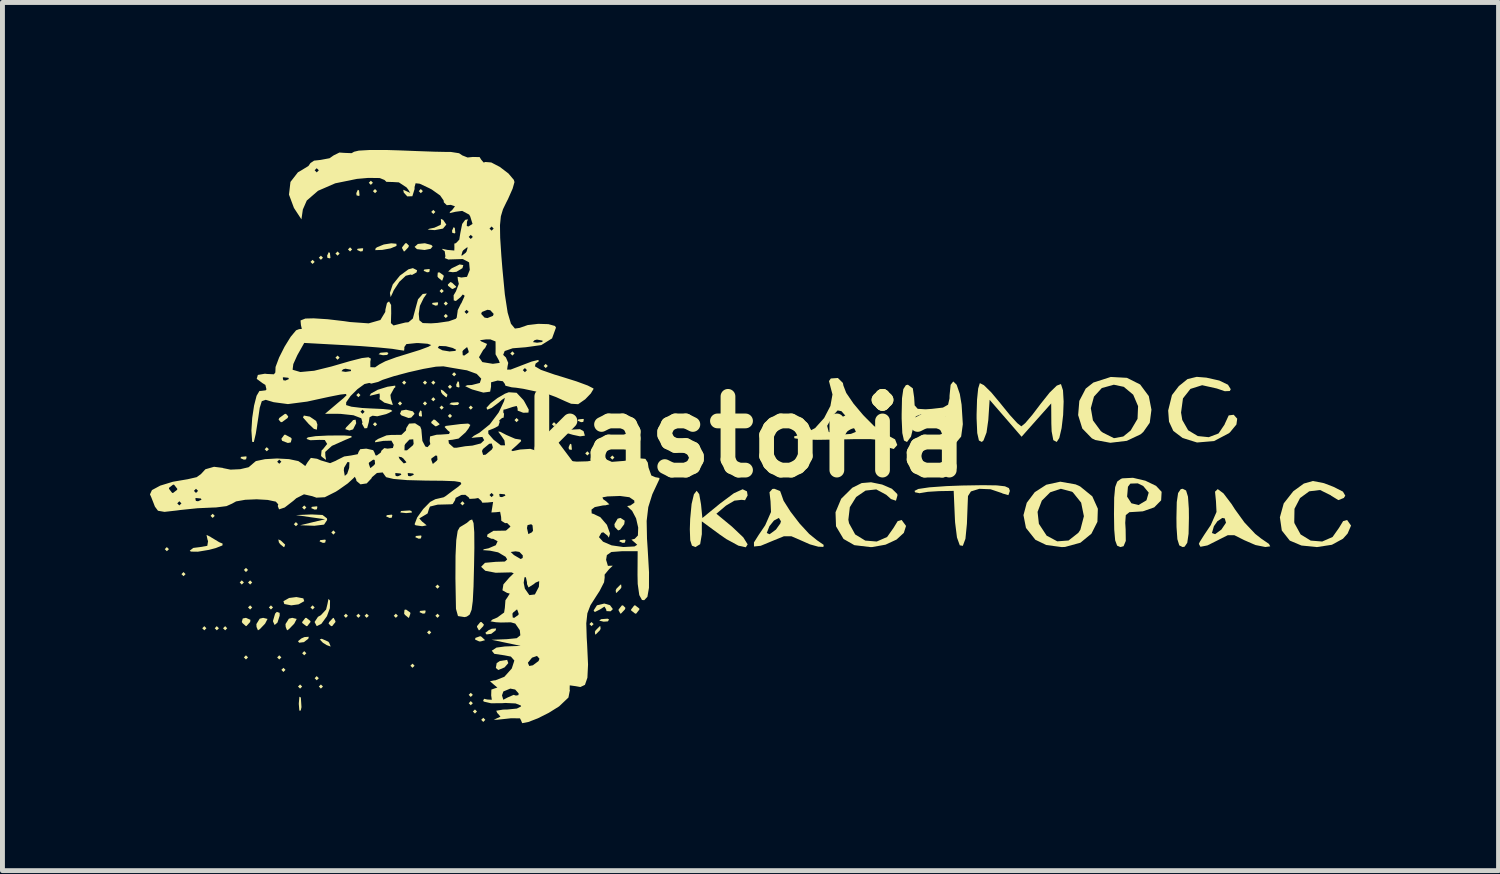
<source format=kicad_pcb>
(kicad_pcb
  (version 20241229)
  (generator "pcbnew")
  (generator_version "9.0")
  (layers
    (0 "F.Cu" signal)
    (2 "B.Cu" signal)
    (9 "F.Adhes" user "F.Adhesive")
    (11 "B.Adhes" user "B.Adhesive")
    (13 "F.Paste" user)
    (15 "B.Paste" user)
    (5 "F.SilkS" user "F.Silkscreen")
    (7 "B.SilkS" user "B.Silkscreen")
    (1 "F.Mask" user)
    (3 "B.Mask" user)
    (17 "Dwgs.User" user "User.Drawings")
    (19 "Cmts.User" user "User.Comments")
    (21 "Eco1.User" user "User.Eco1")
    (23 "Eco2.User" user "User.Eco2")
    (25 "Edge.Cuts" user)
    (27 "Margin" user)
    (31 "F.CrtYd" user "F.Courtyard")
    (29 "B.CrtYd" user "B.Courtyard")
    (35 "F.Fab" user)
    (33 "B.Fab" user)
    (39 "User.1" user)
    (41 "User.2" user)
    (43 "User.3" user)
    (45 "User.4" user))
  (footprint "kastoria"
    (layer "F.Cu")
    (at 12.112 5.832)
    (property "Reference" "kastoria" (at 0 0 0) (layer "F.SilkS") (effects (font (size 1.5 1.5) (thickness 0.3))))
    (attr board_only exclude_from_pos_files exclude_from_bom)
    (fp_poly (pts (xy -11.726 2.286) (xy -11.769 2.328) (xy -11.811 2.286) (xy -11.769 2.244)) (stroke (width 0) (type solid)) (fill yes) (layer "F.SilkS"))
    (fp_poly (pts (xy -11.388 2.794) (xy -11.43 2.836) (xy -11.472 2.794) (xy -11.43 2.752)) (stroke (width 0) (type solid)) (fill yes) (layer "F.SilkS"))
    (fp_poly (pts (xy -10.964 3.895) (xy -11.007 3.937) (xy -11.049 3.895) (xy -11.007 3.852)) (stroke (width 0) (type solid)) (fill yes) (layer "F.SilkS"))
    (fp_poly (pts (xy -10.795 1.609) (xy -10.837 1.651) (xy -10.88 1.609) (xy -10.837 1.566)) (stroke (width 0) (type solid)) (fill yes) (layer "F.SilkS"))
    (fp_poly (pts (xy -10.71 3.895) (xy -10.753 3.937) (xy -10.795 3.895) (xy -10.753 3.852)) (stroke (width 0) (type solid)) (fill yes) (layer "F.SilkS"))
    (fp_poly (pts (xy -10.541 3.895) (xy -10.583 3.937) (xy -10.626 3.895) (xy -10.583 3.852)) (stroke (width 0) (type solid)) (fill yes) (layer "F.SilkS"))
    (fp_poly (pts (xy -10.202 2.963) (xy -10.245 3.006) (xy -10.287 2.963) (xy -10.245 2.921)) (stroke (width 0) (type solid)) (fill yes) (layer "F.SilkS"))
    (fp_poly (pts (xy -10.118 2.709) (xy -10.16 2.752) (xy -10.202 2.709) (xy -10.16 2.667)) (stroke (width 0) (type solid)) (fill yes) (layer "F.SilkS"))
    (fp_poly (pts (xy -10.118 4.487) (xy -10.16 4.53) (xy -10.202 4.487) (xy -10.16 4.445)) (stroke (width 0) (type solid)) (fill yes) (layer "F.SilkS"))
    (fp_poly (pts (xy -10.033 2.963) (xy -10.075 3.006) (xy -10.118 2.963) (xy -10.075 2.921)) (stroke (width 0) (type solid)) (fill yes) (layer "F.SilkS"))
    (fp_poly (pts (xy -10.033 3.471) (xy -10.075 3.514) (xy -10.118 3.471) (xy -10.075 3.429)) (stroke (width 0) (type solid)) (fill yes) (layer "F.SilkS"))
    (fp_poly (pts (xy -9.694 0.254) (xy -9.737 0.296) (xy -9.779 0.254) (xy -9.737 0.212)) (stroke (width 0) (type solid)) (fill yes) (layer "F.SilkS"))
    (fp_poly (pts (xy -9.61 3.471) (xy -9.652 3.514) (xy -9.694 3.471) (xy -9.652 3.429)) (stroke (width 0) (type solid)) (fill yes) (layer "F.SilkS"))
    (fp_poly (pts (xy -9.44 4.487) (xy -9.483 4.53) (xy -9.525 4.487) (xy -9.483 4.445)) (stroke (width 0) (type solid)) (fill yes) (layer "F.SilkS"))
    (fp_poly (pts (xy -9.356 4.741) (xy -9.398 4.784) (xy -9.44 4.741) (xy -9.398 4.699)) (stroke (width 0) (type solid)) (fill yes) (layer "F.SilkS"))
    (fp_poly (pts (xy -9.102 1.778) (xy -9.144 1.82) (xy -9.186 1.778) (xy -9.144 1.736)) (stroke (width 0) (type solid)) (fill yes) (layer "F.SilkS"))
    (fp_poly (pts (xy -9.017 5.08) (xy -9.059 5.122) (xy -9.102 5.08) (xy -9.059 5.038)) (stroke (width 0) (type solid)) (fill yes) (layer "F.SilkS"))
    (fp_poly (pts (xy -8.932 1.439) (xy -8.975 1.482) (xy -9.017 1.439) (xy -8.975 1.397)) (stroke (width 0) (type solid)) (fill yes) (layer "F.SilkS"))
    (fp_poly (pts (xy -8.932 4.403) (xy -8.975 4.445) (xy -9.017 4.403) (xy -8.975 4.36)) (stroke (width 0) (type solid)) (fill yes) (layer "F.SilkS"))
    (fp_poly (pts (xy -8.763 -3.556) (xy -8.805 -3.514) (xy -8.848 -3.556) (xy -8.805 -3.598)) (stroke (width 0) (type solid)) (fill yes) (layer "F.SilkS"))
    (fp_poly (pts (xy -8.763 3.471) (xy -8.805 3.514) (xy -8.848 3.471) (xy -8.805 3.429)) (stroke (width 0) (type solid)) (fill yes) (layer "F.SilkS"))
    (fp_poly (pts (xy -8.678 4.911) (xy -8.721 4.953) (xy -8.763 4.911) (xy -8.721 4.868)) (stroke (width 0) (type solid)) (fill yes) (layer "F.SilkS"))
    (fp_poly (pts (xy -8.594 -3.641) (xy -8.636 -3.598) (xy -8.678 -3.641) (xy -8.636 -3.683)) (stroke (width 0) (type solid)) (fill yes) (layer "F.SilkS"))
    (fp_poly (pts (xy -8.594 5.08) (xy -8.636 5.122) (xy -8.678 5.08) (xy -8.636 5.038)) (stroke (width 0) (type solid)) (fill yes) (layer "F.SilkS"))
    (fp_poly (pts (xy -8.34 1.947) (xy -8.382 1.99) (xy -8.424 1.947) (xy -8.382 1.905)) (stroke (width 0) (type solid)) (fill yes) (layer "F.SilkS"))
    (fp_poly (pts (xy -8.255 -3.725) (xy -8.297 -3.683) (xy -8.34 -3.725) (xy -8.297 -3.768)) (stroke (width 0) (type solid)) (fill yes) (layer "F.SilkS"))
    (fp_poly (pts (xy -8.255 -1.609) (xy -8.297 -1.566) (xy -8.34 -1.609) (xy -8.297 -1.651)) (stroke (width 0) (type solid)) (fill yes) (layer "F.SilkS"))
    (fp_poly (pts (xy -8.086 3.641) (xy -8.128 3.683) (xy -8.17 3.641) (xy -8.128 3.598)) (stroke (width 0) (type solid)) (fill yes) (layer "F.SilkS"))
    (fp_poly (pts (xy -8.001 -3.81) (xy -8.043 -3.768) (xy -8.086 -3.81) (xy -8.043 -3.852)) (stroke (width 0) (type solid)) (fill yes) (layer "F.SilkS"))
    (fp_poly (pts (xy -7.832 -0.847) (xy -7.874 -0.804) (xy -7.916 -0.847) (xy -7.874 -0.889)) (stroke (width 0) (type solid)) (fill yes) (layer "F.SilkS"))
    (fp_poly (pts (xy -7.832 3.641) (xy -7.874 3.683) (xy -7.916 3.641) (xy -7.874 3.598)) (stroke (width 0) (type solid)) (fill yes) (layer "F.SilkS"))
    (fp_poly (pts (xy -7.662 3.641) (xy -7.705 3.683) (xy -7.747 3.641) (xy -7.705 3.598)) (stroke (width 0) (type solid)) (fill yes) (layer "F.SilkS"))
    (fp_poly (pts (xy -7.578 -5.165) (xy -7.62 -5.122) (xy -7.662 -5.165) (xy -7.62 -5.207)) (stroke (width 0) (type solid)) (fill yes) (layer "F.SilkS"))
    (fp_poly (pts (xy -7.493 -4.995) (xy -7.535 -4.953) (xy -7.578 -4.995) (xy -7.535 -5.038)) (stroke (width 0) (type solid)) (fill yes) (layer "F.SilkS"))
    (fp_poly (pts (xy -7.493 -0.254) (xy -7.535 -0.212) (xy -7.578 -0.254) (xy -7.535 -0.296)) (stroke (width 0) (type solid)) (fill yes) (layer "F.SilkS"))
    (fp_poly (pts (xy -7.07 3.641) (xy -7.112 3.683) (xy -7.154 3.641) (xy -7.112 3.598)) (stroke (width 0) (type solid)) (fill yes) (layer "F.SilkS"))
    (fp_poly (pts (xy -6.985 -0.677) (xy -7.027 -0.635) (xy -7.07 -0.677) (xy -7.027 -0.72)) (stroke (width 0) (type solid)) (fill yes) (layer "F.SilkS"))
    (fp_poly (pts (xy -6.9 -1.101) (xy -6.943 -1.058) (xy -6.985 -1.101) (xy -6.943 -1.143)) (stroke (width 0) (type solid)) (fill yes) (layer "F.SilkS"))
    (fp_poly (pts (xy -6.731 4.657) (xy -6.773 4.699) (xy -6.816 4.657) (xy -6.773 4.614)) (stroke (width 0) (type solid)) (fill yes) (layer "F.SilkS"))
    (fp_poly (pts (xy -6.562 -4.995) (xy -6.604 -4.953) (xy -6.646 -4.995) (xy -6.604 -5.038)) (stroke (width 0) (type solid)) (fill yes) (layer "F.SilkS"))
    (fp_poly (pts (xy -6.477 -1.101) (xy -6.519 -1.058) (xy -6.562 -1.101) (xy -6.519 -1.143)) (stroke (width 0) (type solid)) (fill yes) (layer "F.SilkS"))
    (fp_poly (pts (xy -6.477 -0.677) (xy -6.519 -0.635) (xy -6.562 -0.677) (xy -6.519 -0.72)) (stroke (width 0) (type solid)) (fill yes) (layer "F.SilkS"))
    (fp_poly (pts (xy -6.392 3.979) (xy -6.435 4.022) (xy -6.477 3.979) (xy -6.435 3.937)) (stroke (width 0) (type solid)) (fill yes) (layer "F.SilkS"))
    (fp_poly (pts (xy -6.308 -4.572) (xy -6.35 -4.53) (xy -6.392 -4.572) (xy -6.35 -4.614)) (stroke (width 0) (type solid)) (fill yes) (layer "F.SilkS"))
    (fp_poly (pts (xy -6.308 -1.101) (xy -6.35 -1.058) (xy -6.392 -1.101) (xy -6.35 -1.143)) (stroke (width 0) (type solid)) (fill yes) (layer "F.SilkS"))
    (fp_poly (pts (xy -6.308 -0.762) (xy -6.35 -0.72) (xy -6.392 -0.762) (xy -6.35 -0.804)) (stroke (width 0) (type solid)) (fill yes) (layer "F.SilkS"))
    (fp_poly (pts (xy -6.223 3.048) (xy -6.265 3.09) (xy -6.308 3.048) (xy -6.265 3.006)) (stroke (width 0) (type solid)) (fill yes) (layer "F.SilkS"))
    (fp_poly (pts (xy -6.223 3.641) (xy -6.265 3.683) (xy -6.308 3.641) (xy -6.265 3.598)) (stroke (width 0) (type solid)) (fill yes) (layer "F.SilkS"))
    (fp_poly (pts (xy -6.138 -2.963) (xy -6.181 -2.921) (xy -6.223 -2.963) (xy -6.181 -3.006)) (stroke (width 0) (type solid)) (fill yes) (layer "F.SilkS"))
    (fp_poly (pts (xy -6.138 -0.593) (xy -6.181 -0.55) (xy -6.223 -0.593) (xy -6.181 -0.635)) (stroke (width 0) (type solid)) (fill yes) (layer "F.SilkS"))
    (fp_poly (pts (xy -6.054 -2.709) (xy -6.096 -2.667) (xy -6.138 -2.709) (xy -6.096 -2.752)) (stroke (width 0) (type solid)) (fill yes) (layer "F.SilkS"))
    (fp_poly (pts (xy -6.054 -2.455) (xy -6.096 -2.413) (xy -6.138 -2.455) (xy -6.096 -2.498)) (stroke (width 0) (type solid)) (fill yes) (layer "F.SilkS"))
    (fp_poly (pts (xy -5.969 -1.016) (xy -6.011 -0.974) (xy -6.054 -1.016) (xy -6.011 -1.058)) (stroke (width 0) (type solid)) (fill yes) (layer "F.SilkS"))
    (fp_poly (pts (xy -5.969 -0.423) (xy -6.011 -0.381) (xy -6.054 -0.423) (xy -6.011 -0.466)) (stroke (width 0) (type solid)) (fill yes) (layer "F.SilkS"))
    (fp_poly (pts (xy -5.884 -1.27) (xy -5.927 -1.228) (xy -5.969 -1.27) (xy -5.927 -1.312)) (stroke (width 0) (type solid)) (fill yes) (layer "F.SilkS"))
    (fp_poly (pts (xy -5.715 1.355) (xy -5.757 1.397) (xy -5.8 1.355) (xy -5.757 1.312)) (stroke (width 0) (type solid)) (fill yes) (layer "F.SilkS"))
    (fp_poly (pts (xy -5.546 -0.593) (xy -5.588 -0.55) (xy -5.63 -0.593) (xy -5.588 -0.635)) (stroke (width 0) (type solid)) (fill yes) (layer "F.SilkS"))
    (fp_poly (pts (xy -5.546 5.249) (xy -5.588 5.292) (xy -5.63 5.249) (xy -5.588 5.207)) (stroke (width 0) (type solid)) (fill yes) (layer "F.SilkS"))
    (fp_poly (pts (xy -5.546 5.419) (xy -5.588 5.461) (xy -5.63 5.419) (xy -5.588 5.376)) (stroke (width 0) (type solid)) (fill yes) (layer "F.SilkS"))
    (fp_poly (pts (xy -5.461 5.588) (xy -5.503 5.63) (xy -5.546 5.588) (xy -5.503 5.546)) (stroke (width 0) (type solid)) (fill yes) (layer "F.SilkS"))
    (fp_poly (pts (xy -5.292 5.757) (xy -5.334 5.8) (xy -5.376 5.757) (xy -5.334 5.715)) (stroke (width 0) (type solid)) (fill yes) (layer "F.SilkS"))
    (fp_poly (pts (xy -4.699 -1.693) (xy -4.741 -1.651) (xy -4.784 -1.693) (xy -4.741 -1.736)) (stroke (width 0) (type solid)) (fill yes) (layer "F.SilkS"))
    (fp_poly (pts (xy -4.614 -0.339) (xy -4.657 -0.296) (xy -4.699 -0.339) (xy -4.657 -0.381)) (stroke (width 0) (type solid)) (fill yes) (layer "F.SilkS"))
    (fp_poly (pts (xy -4.106 -0.508) (xy -4.149 -0.466) (xy -4.191 -0.508) (xy -4.149 -0.55)) (stroke (width 0) (type solid)) (fill yes) (layer "F.SilkS"))
    (fp_poly (pts (xy -4.022 -1.439) (xy -4.064 -1.397) (xy -4.106 -1.439) (xy -4.064 -1.482)) (stroke (width 0) (type solid)) (fill yes) (layer "F.SilkS"))
    (fp_poly (pts (xy -3.852 -0.254) (xy -3.895 -0.212) (xy -3.937 -0.254) (xy -3.895 -0.296)) (stroke (width 0) (type solid)) (fill yes) (layer "F.SilkS"))
    (fp_poly (pts (xy -3.175 0.339) (xy -3.217 0.381) (xy -3.26 0.339) (xy -3.217 0.296)) (stroke (width 0) (type solid)) (fill yes) (layer "F.SilkS"))
    (fp_poly (pts (xy -3.09 3.81) (xy -3.133 3.852) (xy -3.175 3.81) (xy -3.133 3.768)) (stroke (width 0) (type solid)) (fill yes) (layer "F.SilkS"))
    (fp_poly (pts (xy -2.667 0.423) (xy -2.709 0.466) (xy -2.752 0.423) (xy -2.709 0.381)) (stroke (width 0) (type solid)) (fill yes) (layer "F.SilkS"))
    (fp_poly (pts (xy -10.146 0.409) (xy -10.158 0.46) (xy -10.202 0.466) (xy -10.272 0.435) (xy -10.259 0.409) (xy -10.158 0.399)) (stroke (width 0) (type solid)) (fill yes) (layer "F.SilkS"))
    (fp_poly (pts (xy -8.707 1.425) (xy -8.718 1.476) (xy -8.763 1.482) (xy -8.833 1.451) (xy -8.819 1.425) (xy -8.719 1.415)) (stroke (width 0) (type solid)) (fill yes) (layer "F.SilkS"))
    (fp_poly (pts (xy -8.537 2.103) (xy -8.549 2.153) (xy -8.594 2.159) (xy -8.663 2.128) (xy -8.65 2.103) (xy -8.55 2.092)) (stroke (width 0) (type solid)) (fill yes) (layer "F.SilkS"))
    (fp_poly (pts (xy -8.453 -3.739) (xy -8.442 -3.639) (xy -8.453 -3.627) (xy -8.503 -3.638) (xy -8.509 -3.683) (xy -8.478 -3.753)) (stroke (width 0) (type solid)) (fill yes) (layer "F.SilkS"))
    (fp_poly (pts (xy -7.86 -5.009) (xy -7.85 -4.909) (xy -7.86 -4.897) (xy -7.91 -4.908) (xy -7.916 -4.953) (xy -7.885 -5.023)) (stroke (width 0) (type solid)) (fill yes) (layer "F.SilkS"))
    (fp_poly (pts (xy -7.775 -3.824) (xy -7.787 -3.774) (xy -7.832 -3.768) (xy -7.901 -3.799) (xy -7.888 -3.824) (xy -7.788 -3.834)) (stroke (width 0) (type solid)) (fill yes) (layer "F.SilkS"))
    (fp_poly (pts (xy -7.262 -1.702) (xy -7.287 -1.664) (xy -7.373 -1.658) (xy -7.463 -1.678) (xy -7.424 -1.709) (xy -7.292 -1.719)) (stroke (width 0) (type solid)) (fill yes) (layer "F.SilkS"))
    (fp_poly (pts (xy -7.183 1.595) (xy -7.194 1.645) (xy -7.239 1.651) (xy -7.309 1.62) (xy -7.295 1.595) (xy -7.195 1.584)) (stroke (width 0) (type solid)) (fill yes) (layer "F.SilkS"))
    (fp_poly (pts (xy -6.795 1.51) (xy -6.784 1.541) (xy -6.9 1.553) (xy -7.021 1.54) (xy -7.006 1.51) (xy -6.833 1.499)) (stroke (width 0) (type solid)) (fill yes) (layer "F.SilkS"))
    (fp_poly (pts (xy -6.59 -0.522) (xy -6.58 -0.422) (xy -6.59 -0.409) (xy -6.64 -0.421) (xy -6.646 -0.466) (xy -6.615 -0.535)) (stroke (width 0) (type solid)) (fill yes) (layer "F.SilkS"))
    (fp_poly (pts (xy -6.59 2.018) (xy -6.602 2.068) (xy -6.646 2.074) (xy -6.716 2.043) (xy -6.703 2.018) (xy -6.602 2.008)) (stroke (width 0) (type solid)) (fill yes) (layer "F.SilkS"))
    (fp_poly (pts (xy -6.505 3.542) (xy -6.517 3.592) (xy -6.562 3.598) (xy -6.631 3.567) (xy -6.618 3.542) (xy -6.518 3.532)) (stroke (width 0) (type solid)) (fill yes) (layer "F.SilkS"))
    (fp_poly (pts (xy -6.421 -3.401) (xy -6.432 -3.35) (xy -6.477 -3.344) (xy -6.547 -3.375) (xy -6.533 -3.401) (xy -6.433 -3.411)) (stroke (width 0) (type solid)) (fill yes) (layer "F.SilkS"))
    (fp_poly (pts (xy -6.251 -2.723) (xy -6.263 -2.673) (xy -6.308 -2.667) (xy -6.377 -2.698) (xy -6.364 -2.723) (xy -6.264 -2.734)) (stroke (width 0) (type solid)) (fill yes) (layer "F.SilkS"))
    (fp_poly (pts (xy -5.913 -4.247) (xy -5.902 -4.147) (xy -5.913 -4.135) (xy -5.963 -4.146) (xy -5.969 -4.191) (xy -5.938 -4.261)) (stroke (width 0) (type solid)) (fill yes) (layer "F.SilkS"))
    (fp_poly (pts (xy -5.828 -1.115) (xy -5.818 -1.014) (xy -5.828 -1.002) (xy -5.878 -1.014) (xy -5.884 -1.058) (xy -5.853 -1.128)) (stroke (width 0) (type solid)) (fill yes) (layer "F.SilkS"))
    (fp_poly (pts (xy -5.823 -0.686) (xy -5.848 -0.648) (xy -5.934 -0.642) (xy -6.024 -0.662) (xy -5.985 -0.693) (xy -5.853 -0.703)) (stroke (width 0) (type solid)) (fill yes) (layer "F.SilkS"))
    (fp_poly (pts (xy -3.542 0.155) (xy -3.532 0.256) (xy -3.542 0.268) (xy -3.592 0.256) (xy -3.598 0.212) (xy -3.567 0.142)) (stroke (width 0) (type solid)) (fill yes) (layer "F.SilkS"))
    (fp_poly (pts (xy -3.288 -0.353) (xy -3.3 -0.302) (xy -3.344 -0.296) (xy -3.414 -0.327) (xy -3.401 -0.353) (xy -3.3 -0.363)) (stroke (width 0) (type solid)) (fill yes) (layer "F.SilkS"))
    (fp_poly (pts (xy -2.775 3.717) (xy -2.8 3.755) (xy -2.886 3.761) (xy -2.976 3.74) (xy -2.937 3.71) (xy -2.805 3.7)) (stroke (width 0) (type solid)) (fill yes) (layer "F.SilkS"))
    (fp_poly (pts (xy -2.441 2.103) (xy -2.453 2.153) (xy -2.498 2.159) (xy -2.567 2.128) (xy -2.554 2.103) (xy -2.454 2.092)) (stroke (width 0) (type solid)) (fill yes) (layer "F.SilkS"))
    (fp_poly (pts (xy -9.453 2.109) (xy -9.363 2.194) (xy -9.381 2.243) (xy -9.393 2.244) (xy -9.465 2.184) (xy -9.491 2.146) (xy -9.501 2.088)) (stroke (width 0) (type solid)) (fill yes) (layer "F.SilkS"))
    (fp_poly (pts (xy -8.891 4.107) (xy -8.981 4.177) (xy -9.078 4.189) (xy -9.102 4.158) (xy -9.035 4.103) (xy -8.97 4.074) (xy -8.883 4.068)) (stroke (width 0) (type solid)) (fill yes) (layer "F.SilkS"))
    (fp_poly (pts (xy -8.485 4.168) (xy -8.467 4.191) (xy -8.437 4.267) (xy -8.517 4.238) (xy -8.594 4.191) (xy -8.659 4.123) (xy -8.62 4.108)) (stroke (width 0) (type solid)) (fill yes) (layer "F.SilkS"))
    (fp_poly (pts (xy -6.151 -0.939) (xy -6.061 -0.854) (xy -6.079 -0.805) (xy -6.091 -0.804) (xy -6.163 -0.864) (xy -6.189 -0.902) (xy -6.199 -0.96)) (stroke (width 0) (type solid)) (fill yes) (layer "F.SilkS"))
    (fp_poly (pts (xy -5.37 4.068) (xy -5.297 4.137) (xy -5.384 4.162) (xy -5.415 4.163) (xy -5.5 4.125) (xy -5.494 4.091) (xy -5.396 4.056)) (stroke (width 0) (type solid)) (fill yes) (layer "F.SilkS"))
    (fp_poly (pts (xy -5.081 3.938) (xy -5.171 4.008) (xy -5.268 4.02) (xy -5.292 3.988) (xy -5.225 3.934) (xy -5.16 3.905) (xy -5.073 3.899)) (stroke (width 0) (type solid)) (fill yes) (layer "F.SilkS"))
    (fp_poly (pts (xy -4.825 4.604) (xy -4.901 4.691) (xy -5.028 4.744) (xy -5.078 4.703) (xy -5.061 4.603) (xy -4.997 4.561) (xy -4.848 4.538)) (stroke (width 0) (type solid)) (fill yes) (layer "F.SilkS"))
    (fp_poly (pts (xy -10.069 3.723) (xy -10.075 3.768) (xy -10.148 3.848) (xy -10.16 3.852) (xy -10.227 3.793) (xy -10.245 3.768) (xy -10.225 3.696) (xy -10.16 3.683)) (stroke (width 0) (type solid)) (fill yes) (layer "F.SilkS"))
    (fp_poly (pts (xy -9.475 3.582) (xy -9.474 3.638) (xy -9.519 3.779) (xy -9.577 3.829) (xy -9.609 3.758) (xy -9.61 3.744) (xy -9.567 3.597) (xy -9.532 3.561)) (stroke (width 0) (type solid)) (fill yes) (layer "F.SilkS"))
    (fp_poly (pts (xy -9.3 -0.414) (xy -9.313 -0.381) (xy -9.425 -0.299) (xy -9.45 -0.296) (xy -9.496 -0.348) (xy -9.483 -0.381) (xy -9.371 -0.463) (xy -9.346 -0.466)) (stroke (width 0) (type solid)) (fill yes) (layer "F.SilkS"))
    (fp_poly (pts (xy -9.246 0.019) (xy -9.229 0.042) (xy -9.248 0.115) (xy -9.308 0.127) (xy -9.424 0.083) (xy -9.44 0.042) (xy -9.38 -0.04) (xy -9.361 -0.042)) (stroke (width 0) (type solid)) (fill yes) (layer "F.SilkS"))
    (fp_poly (pts (xy -9.047 5.3) (xy -9.043 5.314) (xy -9.031 5.499) (xy -9.046 5.568) (xy -9.074 5.571) (xy -9.085 5.439) (xy -9.085 5.419) (xy -9.073 5.287)) (stroke (width 0) (type solid)) (fill yes) (layer "F.SilkS"))
    (fp_poly (pts (xy -8.993 3.287) (xy -8.975 3.344) (xy -9.091 3.409) (xy -9.239 3.429) (xy -9.38 3.402) (xy -9.398 3.344) (xy -9.282 3.279) (xy -9.134 3.26)) (stroke (width 0) (type solid)) (fill yes) (layer "F.SilkS"))
    (fp_poly (pts (xy -8.862 -0.409) (xy -8.732 -0.32) (xy -8.707 -0.248) (xy -8.718 -0.144) (xy -8.778 -0.16) (xy -8.884 -0.26) (xy -9 -0.391) (xy -8.982 -0.431)) (stroke (width 0) (type solid)) (fill yes) (layer "F.SilkS"))
    (fp_poly (pts (xy -8.85 3.747) (xy -8.848 3.768) (xy -8.912 3.85) (xy -8.932 3.852) (xy -9.015 3.788) (xy -9.017 3.768) (xy -8.953 3.685) (xy -8.932 3.683)) (stroke (width 0) (type solid)) (fill yes) (layer "F.SilkS"))
    (fp_poly (pts (xy -8.341 3.749) (xy -8.34 3.768) (xy -8.405 3.849) (xy -8.429 3.852) (xy -8.48 3.8) (xy -8.467 3.768) (xy -8.391 3.687) (xy -8.377 3.683)) (stroke (width 0) (type solid)) (fill yes) (layer "F.SilkS"))
    (fp_poly (pts (xy -7.918 -0.275) (xy -7.982 -0.15) (xy -8.057 -0.127) (xy -8.141 -0.155) (xy -8.122 -0.191) (xy -7.998 -0.318) (xy -7.982 -0.339) (xy -7.93 -0.347)) (stroke (width 0) (type solid)) (fill yes) (layer "F.SilkS"))
    (fp_poly (pts (xy -6.845 -3.885) (xy -6.858 -3.852) (xy -6.934 -3.772) (xy -6.948 -3.768) (xy -6.984 -3.833) (xy -6.985 -3.852) (xy -6.92 -3.934) (xy -6.895 -3.937)) (stroke (width 0) (type solid)) (fill yes) (layer "F.SilkS"))
    (fp_poly (pts (xy -6.819 3.575) (xy -6.816 3.598) (xy -6.845 3.681) (xy -6.853 3.683) (xy -6.925 3.624) (xy -6.943 3.598) (xy -6.936 3.52) (xy -6.905 3.514)) (stroke (width 0) (type solid)) (fill yes) (layer "F.SilkS"))
    (fp_poly (pts (xy -6.765 -0.516) (xy -6.731 -0.466) (xy -6.799 -0.39) (xy -6.853 -0.381) (xy -6.997 -0.433) (xy -7.027 -0.466) (xy -7.001 -0.532) (xy -6.905 -0.55)) (stroke (width 0) (type solid)) (fill yes) (layer "F.SilkS"))
    (fp_poly (pts (xy -6.391 -3.9) (xy -6.363 -3.873) (xy -6.403 -3.822) (xy -6.527 -3.798) (xy -6.682 -3.815) (xy -6.731 -3.861) (xy -6.664 -3.921) (xy -6.521 -3.935)) (stroke (width 0) (type solid)) (fill yes) (layer "F.SilkS"))
    (fp_poly (pts (xy -6.308 -0.339) (xy -6.227 -0.263) (xy -6.223 -0.249) (xy -6.289 -0.213) (xy -6.308 -0.212) (xy -6.389 -0.277) (xy -6.392 -0.301) (xy -6.34 -0.352)) (stroke (width 0) (type solid)) (fill yes) (layer "F.SilkS"))
    (fp_poly (pts (xy -6.142 -3.283) (xy -6.138 -3.26) (xy -6.167 -3.177) (xy -6.176 -3.175) (xy -6.248 -3.234) (xy -6.265 -3.26) (xy -6.259 -3.338) (xy -6.228 -3.344)) (stroke (width 0) (type solid)) (fill yes) (layer "F.SilkS"))
    (fp_poly (pts (xy -5.969 -3.133) (xy -5.888 -3.057) (xy -5.884 -3.043) (xy -5.95 -3.007) (xy -5.969 -3.006) (xy -6.05 -3.071) (xy -6.054 -3.095) (xy -6.002 -3.146)) (stroke (width 0) (type solid)) (fill yes) (layer "F.SilkS"))
    (fp_poly (pts (xy -5.74 -3.491) (xy -5.757 -3.429) (xy -5.878 -3.355) (xy -5.953 -3.346) (xy -6.048 -3.359) (xy -5.986 -3.418) (xy -5.969 -3.429) (xy -5.814 -3.504)) (stroke (width 0) (type solid)) (fill yes) (layer "F.SilkS"))
    (fp_poly (pts (xy -5.321 3.82) (xy -5.334 3.852) (xy -5.41 3.933) (xy -5.424 3.937) (xy -5.46 3.871) (xy -5.461 3.852) (xy -5.396 3.771) (xy -5.371 3.768)) (stroke (width 0) (type solid)) (fill yes) (layer "F.SilkS"))
    (fp_poly (pts (xy -3.294 -0.113) (xy -3.267 -0.022) (xy -3.365 -0.008) (xy -3.514 -0.04) (xy -3.66 -0.082) (xy -3.649 -0.112) (xy -3.535 -0.145) (xy -3.367 -0.154)) (stroke (width 0) (type solid)) (fill yes) (layer "F.SilkS"))
    (fp_poly (pts (xy -2.948 3.907) (xy -2.963 3.937) (xy -3.043 4.018) (xy -3.058 4.022) (xy -3.064 3.967) (xy -3.048 3.937) (xy -2.968 3.856) (xy -2.953 3.852)) (stroke (width 0) (type solid)) (fill yes) (layer "F.SilkS"))
    (fp_poly (pts (xy -2.524 3.06) (xy -2.54 3.09) (xy -2.62 3.171) (xy -2.635 3.175) (xy -2.64 3.12) (xy -2.625 3.09) (xy -2.545 3.009) (xy -2.53 3.006)) (stroke (width 0) (type solid)) (fill yes) (layer "F.SilkS"))
    (fp_poly (pts (xy -2.457 1.707) (xy -2.467 1.778) (xy -2.55 1.89) (xy -2.591 1.905) (xy -2.659 1.836) (xy -2.667 1.778) (xy -2.601 1.666) (xy -2.543 1.651)) (stroke (width 0) (type solid)) (fill yes) (layer "F.SilkS"))
    (fp_poly (pts (xy -2.442 3.481) (xy -2.455 3.514) (xy -2.531 3.594) (xy -2.545 3.598) (xy -2.581 3.533) (xy -2.582 3.514) (xy -2.517 3.432) (xy -2.493 3.429)) (stroke (width 0) (type solid)) (fill yes) (layer "F.SilkS"))
    (fp_poly (pts (xy -2.161 3.493) (xy -2.159 3.514) (xy -2.223 3.596) (xy -2.244 3.598) (xy -2.326 3.534) (xy -2.328 3.514) (xy -2.264 3.431) (xy -2.244 3.429)) (stroke (width 0) (type solid)) (fill yes) (layer "F.SilkS"))
    (fp_poly (pts (xy -9.721 3.705) (xy -9.769 3.798) (xy -9.779 3.81) (xy -9.88 3.915) (xy -9.916 3.937) (xy -9.945 3.868) (xy -9.948 3.81) (xy -9.88 3.7) (xy -9.811 3.683)) (stroke (width 0) (type solid)) (fill yes) (layer "F.SilkS"))
    (fp_poly (pts (xy -9.128 3.705) (xy -9.176 3.798) (xy -9.186 3.81) (xy -9.288 3.915) (xy -9.324 3.937) (xy -9.352 3.868) (xy -9.356 3.81) (xy -9.287 3.7) (xy -9.218 3.683)) (stroke (width 0) (type solid)) (fill yes) (layer "F.SilkS"))
    (fp_poly (pts (xy -7.1 -3.925) (xy -7.098 -3.881) (xy -7.217 -3.831) (xy -7.386 -3.8) (xy -7.531 -3.795) (xy -7.522 -3.834) (xy -7.492 -3.855) (xy -7.356 -3.91) (xy -7.205 -3.934)) (stroke (width 0) (type solid)) (fill yes) (layer "F.SilkS"))
    (fp_poly (pts (xy -6.15 -4.41) (xy -6.085 -4.315) (xy -6.153 -4.233) (xy -6.321 -4.202) (xy -6.334 -4.203) (xy -6.464 -4.213) (xy -6.431 -4.23) (xy -6.328 -4.251) (xy -6.198 -4.312) (xy -6.192 -4.379) (xy -6.197 -4.431)) (stroke (width 0) (type solid)) (fill yes) (layer "F.SilkS"))
    (fp_poly (pts (xy -2.756 3.426) (xy -2.698 3.505) (xy -2.743 3.55) (xy -2.827 3.546) (xy -2.836 3.508) (xy -2.869 3.454) (xy -2.963 3.514) (xy -3.066 3.565) (xy -3.09 3.533) (xy -3.022 3.428) (xy -2.872 3.392)) (stroke (width 0) (type solid)) (fill yes) (layer "F.SilkS"))
    (fp_poly (pts (xy -8.603 1.591) (xy -8.514 1.659) (xy -8.509 1.693) (xy -8.572 1.787) (xy -8.772 1.811) (xy -8.784 1.81) (xy -9.059 1.8) (xy -8.805 1.739) (xy -8.551 1.678) (xy -8.848 1.636) (xy -9.144 1.593) (xy -8.827 1.58)) (stroke (width 0) (type solid)) (fill yes) (layer "F.SilkS"))
    (fp_poly (pts (xy -8.45 3.332) (xy -8.453 3.486) (xy -8.513 3.649) (xy -8.626 3.805) (xy -8.721 3.851) (xy -8.763 3.771) (xy -8.763 3.765) (xy -8.695 3.662) (xy -8.636 3.629) (xy -8.53 3.514) (xy -8.502 3.399) (xy -8.482 3.298)) (stroke (width 0) (type solid)) (fill yes) (layer "F.SilkS"))
    (fp_poly (pts (xy -6.68 -3.386) (xy -6.69 -3.343) (xy -6.784 -3.29) (xy -6.81 -3.299) (xy -6.91 -3.274) (xy -7.041 -3.151) (xy -7.155 -2.977) (xy -7.179 -2.921) (xy -7.218 -2.84) (xy -7.232 -2.923) (xy -7.232 -2.926) (xy -7.175 -3.096) (xy -7.029 -3.277) (xy -6.855 -3.405) (xy -6.765 -3.429)) (stroke (width 0) (type solid)) (fill yes) (layer "F.SilkS"))
    (fp_poly (pts (xy -10.886 2.033) (xy -10.874 2.042) (xy -10.703 2.145) (xy -10.635 2.173) (xy -10.638 2.21) (xy -10.774 2.264) (xy -10.91 2.3) (xy -11.138 2.338) (xy -11.28 2.336) (xy -11.303 2.317) (xy -11.231 2.261) (xy -11.094 2.244) (xy -10.946 2.218) (xy -10.931 2.123) (xy -10.941 2.095) (xy -10.962 1.997)) (stroke (width 0) (type solid)) (fill yes) (layer "F.SilkS"))
    (fp_poly (pts (xy 8.959 1.093) (xy 8.998 1.219) (xy 9.015 1.465) (xy 9.017 1.651) (xy 9.01 1.973) (xy 8.983 2.157) (xy 8.93 2.235) (xy 8.89 2.244) (xy 8.821 2.209) (xy 8.782 2.083) (xy 8.765 1.837) (xy 8.763 1.651) (xy 8.77 1.329) (xy 8.797 1.145) (xy 8.85 1.067) (xy 8.89 1.058)) (stroke (width 0) (type solid)) (fill yes) (layer "F.SilkS"))
    (fp_poly (pts (xy -7.122 -1.007) (xy -7.146 -0.989) (xy -7.222 -0.85) (xy -7.212 -0.771) (xy -7.176 -0.66) (xy -7.178 -0.645) (xy -7.264 -0.671) (xy -7.346 -0.694) (xy -7.444 -0.766) (xy -7.438 -0.825) (xy -7.443 -0.88) (xy -7.543 -0.856) (xy -7.645 -0.832) (xy -7.62 -0.878) (xy -7.481 -0.955) (xy -7.281 -1.017) (xy -7.125 -1.04)) (stroke (width 0) (type solid)) (fill yes) (layer "F.SilkS"))
    (fp_poly (pts (xy -5.531 1.757) (xy -5.517 1.943) (xy -5.515 2.261) (xy -5.521 2.616) (xy -5.532 3.048) (xy -5.547 3.34) (xy -5.571 3.519) (xy -5.61 3.616) (xy -5.668 3.657) (xy -5.713 3.668) (xy -5.848 3.647) (xy -5.889 3.5) (xy -5.889 3.498) (xy -5.9 2.882) (xy -5.898 2.422) (xy -5.883 2.103) (xy -5.854 1.913) (xy -5.811 1.838) (xy -5.809 1.838) (xy -5.667 1.752) (xy -5.605 1.698) (xy -5.56 1.683)) (stroke (width 0) (type solid)) (fill yes) (layer "F.SilkS"))
    (fp_poly (pts (xy -8.018 -0.016) (xy -8.009 0.009) (xy -8.115 0.054) (xy -8.128 0.059) (xy -8.413 0.186) (xy -8.548 0.309) (xy -8.545 0.391) (xy -8.531 0.462) (xy -8.541 0.466) (xy -8.619 0.406) (xy -8.632 0.387) (xy -8.622 0.278) (xy -8.595 0.255) (xy -8.509 0.147) (xy -8.557 0.066) (xy -8.669 0.064) (xy -8.852 0.071) (xy -8.929 0.044) (xy -8.903 0.013) (xy -8.742 -0.012) (xy -8.48 -0.025) (xy -8.452 -0.025) (xy -8.159 -0.026)) (stroke (width 0) (type solid)) (fill yes) (layer "F.SilkS"))
    (fp_poly (pts (xy 0.029 1.111) (xy 0.042 1.194) (xy -0.01 1.291) (xy -0.081 1.283) (xy -0.227 1.3) (xy -0.398 1.401) (xy -0.593 1.566) (xy -0.275 1.829) (xy -0.046 2.046) (xy 0.043 2.189) (xy 0.005 2.248) (xy -0.145 2.215) (xy -0.391 2.081) (xy -0.534 1.982) (xy -0.889 1.721) (xy -0.889 1.982) (xy -0.923 2.185) (xy -1.02 2.244) (xy -1.09 2.215) (xy -1.125 2.106) (xy -1.133 1.883) (xy -1.126 1.672) (xy -1.097 1.367) (xy -1.05 1.171) (xy -0.994 1.099) (xy -0.942 1.167) (xy -0.905 1.377) (xy -0.878 1.653) (xy -0.515 1.356) (xy -0.237 1.149) (xy -0.059 1.068)) (stroke (width 0) (type solid)) (fill yes) (layer "F.SilkS"))
    (fp_poly (pts (xy 5.108 0.989) (xy 5.276 1.008) (xy 5.356 1.044) (xy 5.376 1.101) (xy 5.346 1.188) (xy 5.229 1.155) (xy 5.213 1.146) (xy 4.983 1.068) (xy 4.755 1.059) (xy 4.584 1.112) (xy 4.524 1.206) (xy 4.517 1.377) (xy 4.507 1.638) (xy 4.502 1.771) (xy 4.472 2.075) (xy 4.419 2.219) (xy 4.357 2.208) (xy 4.3 2.049) (xy 4.262 1.745) (xy 4.258 1.678) (xy 4.233 1.101) (xy 3.937 1.106) (xy 3.709 1.12) (xy 3.551 1.146) (xy 3.543 1.149) (xy 3.448 1.13) (xy 3.437 1.101) (xy 3.514 1.062) (xy 3.737 1.029) (xy 4.086 1.004) (xy 4.402 0.992) (xy 4.826 0.985)) (stroke (width 0) (type solid)) (fill yes) (layer "F.SilkS"))
    (fp_poly (pts (xy 6.713 0.969) (xy 6.804 1.01) (xy 7.052 1.212) (xy 7.165 1.464) (xy 7.156 1.73) (xy 7.034 1.972) (xy 6.811 2.155) (xy 6.498 2.241) (xy 6.429 2.244) (xy 6.116 2.202) (xy 5.894 2.095) (xy 5.703 1.854) (xy 5.652 1.594) (xy 5.67 1.528) (xy 5.939 1.528) (xy 5.966 1.771) (xy 6.124 2.012) (xy 6.34 2.127) (xy 6.569 2.11) (xy 6.768 1.954) (xy 6.81 1.89) (xy 6.881 1.616) (xy 6.825 1.34) (xy 6.657 1.131) (xy 6.638 1.118) (xy 6.412 1.058) (xy 6.196 1.13) (xy 6.026 1.299) (xy 5.939 1.528) (xy 5.67 1.528) (xy 5.719 1.343) (xy 5.881 1.128) (xy 6.116 0.976) (xy 6.401 0.914)) (stroke (width 0) (type solid)) (fill yes) (layer "F.SilkS"))
    (fp_poly (pts (xy 7.756 -1.198) (xy 8.025 -1.063) (xy 8.201 -0.826) (xy 8.255 -0.55) (xy 8.22 -0.284) (xy 8.089 -0.097) (xy 8.032 -0.048) (xy 7.754 0.083) (xy 7.419 0.123) (xy 7.111 0.066) (xy 7.044 0.033) (xy 6.849 -0.167) (xy 6.764 -0.44) (xy 6.776 -0.581) (xy 7.022 -0.581) (xy 7.065 -0.333) (xy 7.225 -0.115) (xy 7.268 -0.083) (xy 7.493 0.029) (xy 7.682 -0.005) (xy 7.832 -0.127) (xy 7.972 -0.364) (xy 7.983 -0.622) (xy 7.884 -0.855) (xy 7.692 -1.015) (xy 7.49 -1.058) (xy 7.245 -0.99) (xy 7.086 -0.816) (xy 7.022 -0.581) (xy 6.776 -0.581) (xy 6.788 -0.729) (xy 6.918 -0.979) (xy 7.073 -1.102) (xy 7.428 -1.216)) (stroke (width 0) (type solid)) (fill yes) (layer "F.SilkS"))
    (fp_poly (pts (xy 9.372 -1.202) (xy 9.635 -1.143) (xy 9.811 -1.058) (xy 9.868 -0.966) (xy 9.848 -0.93) (xy 9.746 -0.926) (xy 9.585 -0.981) (xy 9.286 -1.048) (xy 9.048 -0.973) (xy 8.896 -0.78) (xy 8.857 -0.492) (xy 8.882 -0.341) (xy 9.001 -0.132) (xy 9.197 -0.014) (xy 9.42 0.009) (xy 9.619 -0.067) (xy 9.742 -0.248) (xy 9.747 -0.263) (xy 9.826 -0.434) (xy 9.928 -0.447) (xy 9.999 -0.367) (xy 9.983 -0.249) (xy 9.852 -0.09) (xy 9.83 -0.071) (xy 9.528 0.088) (xy 9.182 0.117) (xy 8.89 0.026) (xy 8.699 -0.119) (xy 8.612 -0.307) (xy 8.595 -0.533) (xy 8.672 -0.847) (xy 8.812 -1.03) (xy 8.989 -1.173) (xy 9.175 -1.218)) (stroke (width 0) (type solid)) (fill yes) (layer "F.SilkS"))
    (fp_poly (pts (xy 2.778 0.972) (xy 2.977 1.058) (xy 3.085 1.164) (xy 3.09 1.192) (xy 3.059 1.301) (xy 2.958 1.267) (xy 2.862 1.181) (xy 2.658 1.071) (xy 2.441 1.095) (xy 2.25 1.225) (xy 2.121 1.432) (xy 2.091 1.688) (xy 2.105 1.76) (xy 2.23 1.987) (xy 2.435 2.112) (xy 2.668 2.131) (xy 2.879 2.039) (xy 3.009 1.855) (xy 3.094 1.716) (xy 3.175 1.693) (xy 3.264 1.814) (xy 3.219 1.955) (xy 3.071 2.091) (xy 2.847 2.195) (xy 2.578 2.243) (xy 2.54 2.244) (xy 2.213 2.205) (xy 1.995 2.08) (xy 1.99 2.074) (xy 1.84 1.821) (xy 1.83 1.536) (xy 1.945 1.261) (xy 2.172 1.037) (xy 2.362 0.942) (xy 2.553 0.926)) (stroke (width 0) (type solid)) (fill yes) (layer "F.SilkS"))
    (fp_poly (pts (xy 11.763 0.944) (xy 11.956 1.018) (xy 12.149 1.116) (xy 12.197 1.198) (xy 12.167 1.245) (xy 12.056 1.289) (xy 11.91 1.199) (xy 11.905 1.193) (xy 11.684 1.083) (xy 11.463 1.11) (xy 11.277 1.247) (xy 11.164 1.465) (xy 11.159 1.737) (xy 11.164 1.76) (xy 11.289 1.987) (xy 11.494 2.112) (xy 11.727 2.131) (xy 11.938 2.039) (xy 12.068 1.855) (xy 12.153 1.716) (xy 12.234 1.693) (xy 12.314 1.807) (xy 12.244 1.969) (xy 12.15 2.074) (xy 11.925 2.197) (xy 11.62 2.244) (xy 11.305 2.212) (xy 11.068 2.112) (xy 10.906 1.907) (xy 10.867 1.638) (xy 10.945 1.356) (xy 11.138 1.11) (xy 11.14 1.108) (xy 11.354 0.952) (xy 11.539 0.9)) (stroke (width 0) (type solid)) (fill yes) (layer "F.SilkS"))
    (fp_poly (pts (xy 8.131 0.894) (xy 8.349 0.999) (xy 8.462 1.12) (xy 8.452 1.293) (xy 8.312 1.436) (xy 8.08 1.517) (xy 7.977 1.524) (xy 7.807 1.534) (xy 7.733 1.594) (xy 7.722 1.75) (xy 7.73 1.884) (xy 7.733 2.119) (xy 7.688 2.226) (xy 7.624 2.244) (xy 7.557 2.215) (xy 7.517 2.107) (xy 7.498 1.889) (xy 7.493 1.572) (xy 7.497 1.232) (xy 7.499 1.218) (xy 7.76 1.218) (xy 7.847 1.353) (xy 7.992 1.389) (xy 8.15 1.295) (xy 8.155 1.288) (xy 8.199 1.136) (xy 8.087 1.001) (xy 7.977 0.948) (xy 7.826 0.953) (xy 7.777 1.017) (xy 7.76 1.218) (xy 7.499 1.218) (xy 7.517 1.024) (xy 7.559 0.912) (xy 7.634 0.857) (xy 7.664 0.846) (xy 7.879 0.835)) (stroke (width 0) (type solid)) (fill yes) (layer "F.SilkS"))
    (fp_poly (pts (xy 0.703 1.105) (xy 0.72 1.149) (xy 0.774 1.302) (xy 0.914 1.523) (xy 1.099 1.764) (xy 1.294 1.976) (xy 1.459 2.11) (xy 1.464 2.112) (xy 1.589 2.199) (xy 1.584 2.24) (xy 1.479 2.236) (xy 1.308 2.188) (xy 1.125 2.107) (xy 0.933 2.024) (xy 0.78 2.024) (xy 0.576 2.107) (xy 0.308 2.218) (xy 0.172 2.232) (xy 0.171 2.15) (xy 0.178 2.138) (xy 0.267 1.997) (xy 0.294 1.957) (xy 0.432 1.957) (xy 0.489 1.983) (xy 0.618 1.888) (xy 0.707 1.764) (xy 0.72 1.719) (xy 0.678 1.651) (xy 0.578 1.704) (xy 0.485 1.82) (xy 0.432 1.957) (xy 0.294 1.957) (xy 0.398 1.803) (xy 0.401 1.798) (xy 0.518 1.53) (xy 0.508 1.311) (xy 0.487 1.129) (xy 0.546 1.062) (xy 0.586 1.058)) (stroke (width 0) (type solid)) (fill yes) (layer "F.SilkS"))
    (fp_poly (pts (xy 9.719 1.151) (xy 9.886 1.371) (xy 9.953 1.476) (xy 10.147 1.744) (xy 10.365 1.975) (xy 10.481 2.067) (xy 10.644 2.179) (xy 10.671 2.229) (xy 10.575 2.242) (xy 10.569 2.242) (xy 10.369 2.202) (xy 10.137 2.101) (xy 10.128 2.096) (xy 9.943 2.003) (xy 9.808 2.002) (xy 9.63 2.091) (xy 9.622 2.096) (xy 9.394 2.21) (xy 9.251 2.238) (xy 9.219 2.179) (xy 9.238 2.138) (xy 9.327 1.997) (xy 9.353 1.958) (xy 9.485 1.958) (xy 9.55 1.981) (xy 9.677 1.888) (xy 9.771 1.749) (xy 9.746 1.661) (xy 9.697 1.651) (xy 9.597 1.717) (xy 9.525 1.82) (xy 9.485 1.958) (xy 9.353 1.958) (xy 9.457 1.803) (xy 9.461 1.798) (xy 9.578 1.53) (xy 9.567 1.311) (xy 9.548 1.117) (xy 9.603 1.065)) (stroke (width 0) (type solid)) (fill yes) (layer "F.SilkS"))
    (fp_poly (pts (xy 4.293 -1.058) (xy 4.358 -0.869) (xy 4.394 -0.652) (xy 4.419 -0.255) (xy 4.385 -0.004) (xy 4.288 0.114) (xy 4.219 0.127) (xy 4.133 0.071) (xy 4.119 -0.115) (xy 4.122 -0.148) (xy 4.128 -0.322) (xy 4.073 -0.406) (xy 3.912 -0.44) (xy 3.795 -0.449) (xy 3.571 -0.457) (xy 3.464 -0.415) (xy 3.423 -0.29) (xy 3.414 -0.202) (xy 3.365 -0.003) (xy 3.286 0.104) (xy 3.281 0.106) (xy 3.222 0.076) (xy 3.188 -0.075) (xy 3.175 -0.369) (xy 3.175 -0.459) (xy 3.182 -0.783) (xy 3.209 -0.969) (xy 3.261 -1.049) (xy 3.302 -1.058) (xy 3.402 -0.984) (xy 3.429 -0.799) (xy 3.439 -0.638) (xy 3.501 -0.568) (xy 3.661 -0.558) (xy 3.789 -0.567) (xy 4.015 -0.593) (xy 4.119 -0.652) (xy 4.148 -0.779) (xy 4.149 -0.839) (xy 4.171 -1.056) (xy 4.224 -1.124)) (stroke (width 0) (type solid)) (fill yes) (layer "F.SilkS"))
    (fp_poly (pts (xy 4.847 -1.049) (xy 4.996 -0.903) (xy 5.181 -0.682) (xy 5.189 -0.671) (xy 5.376 -0.441) (xy 5.526 -0.277) (xy 5.608 -0.212) (xy 5.609 -0.212) (xy 5.687 -0.276) (xy 5.83 -0.443) (xy 6.008 -0.677) (xy 6.185 -0.899) (xy 6.33 -1.04) (xy 6.413 -1.071) (xy 6.415 -1.07) (xy 6.456 -0.944) (xy 6.469 -0.716) (xy 6.459 -0.442) (xy 6.428 -0.177) (xy 6.381 0.025) (xy 6.329 0.106) (xy 6.259 0.069) (xy 6.225 -0.11) (xy 6.219 -0.268) (xy 6.216 -0.677) (xy 5.915 -0.339) (xy 5.614 0) (xy 5.289 -0.376) (xy 4.964 -0.751) (xy 4.937 -0.34) (xy 4.901 -0.086) (xy 4.839 0.076) (xy 4.805 0.106) (xy 4.746 0.076) (xy 4.712 -0.075) (xy 4.699 -0.37) (xy 4.699 -0.454) (xy 4.708 -0.754) (xy 4.731 -0.981) (xy 4.764 -1.088) (xy 4.766 -1.09)) (stroke (width 0) (type solid)) (fill yes) (layer "F.SilkS"))
    (fp_poly (pts (xy 1.98 -1.094) (xy 1.99 -1.041) (xy 2.048 -0.891) (xy 2.195 -0.675) (xy 2.394 -0.438) (xy 2.606 -0.225) (xy 2.791 -0.08) (xy 2.851 -0.05) (xy 3.041 0.053) (xy 3.086 0.168) (xy 3.015 0.249) (xy 2.926 0.225) (xy 2.887 0.161) (xy 2.841 0.102) (xy 2.736 0.066) (xy 2.545 0.049) (xy 2.236 0.048) (xy 1.905 0.056) (xy 1.463 0.063) (xy 1.158 0.055) (xy 0.996 0.032) (xy 0.985 -0.004) (xy 1.133 -0.052) (xy 1.209 -0.068) (xy 1.415 -0.176) (xy 1.456 -0.222) (xy 1.66 -0.222) (xy 1.692 -0.097) (xy 1.875 -0.045) (xy 1.947 -0.042) (xy 2.143 -0.058) (xy 2.239 -0.097) (xy 2.242 -0.106) (xy 2.192 -0.21) (xy 2.076 -0.375) (xy 2.071 -0.381) (xy 1.95 -0.52) (xy 1.873 -0.535) (xy 1.781 -0.434) (xy 1.777 -0.428) (xy 1.66 -0.222) (xy 1.456 -0.222) (xy 1.598 -0.38) (xy 1.726 -0.626) (xy 1.768 -0.86) (xy 1.74 -0.966) (xy 1.697 -1.132) (xy 1.735 -1.185) (xy 1.878 -1.195)) (stroke (width 0) (type solid)) (fill yes) (layer "F.SilkS"))
    (fp_poly (pts (xy -7.051 -5.824) (xy -6.664 -5.809) (xy -6.326 -5.797) (xy -6.081 -5.792) (xy -5.994 -5.792) (xy -5.826 -5.766) (xy -5.761 -5.722) (xy -5.653 -5.679) (xy -5.546 -5.69) (xy -5.408 -5.687) (xy -5.376 -5.635) (xy -5.325 -5.576) (xy -5.291 -5.588) (xy -5.171 -5.578) (xy -4.995 -5.486) (xy -4.822 -5.354) (xy -4.712 -5.224) (xy -4.699 -5.179) (xy -4.737 -5.045) (xy -4.83 -4.835) (xy -4.864 -4.769) (xy -4.933 -4.626) (xy -4.976 -4.483) (xy -4.994 -4.302) (xy -4.99 -4.046) (xy -4.966 -3.679) (xy -4.945 -3.42) (xy -4.895 -2.895) (xy -4.838 -2.525) (xy -4.771 -2.298) (xy -4.69 -2.2) (xy -4.593 -2.214) (xy -4.431 -2.271) (xy -4.216 -2.296) (xy -4.01 -2.29) (xy -3.876 -2.253) (xy -3.855 -2.22) (xy -3.935 -2) (xy -4.154 -1.864) (xy -4.471 -1.82) (xy -4.736 -1.799) (xy -4.898 -1.743) (xy -4.929 -1.665) (xy -4.873 -1.612) (xy -4.826 -1.501) (xy -4.839 -1.437) (xy -4.849 -1.366) (xy -4.776 -1.366) (xy -4.585 -1.439) (xy -4.584 -1.44) (xy -4.35 -1.529) (xy -4.216 -1.562) (xy -4.202 -1.537) (xy -4.27 -1.487) (xy -4.283 -1.432) (xy -4.16 -1.36) (xy -3.887 -1.265) (xy -3.741 -1.221) (xy -3.438 -1.126) (xy -3.21 -1.042) (xy -3.097 -0.984) (xy -3.09 -0.974) (xy -3.147 -0.88) (xy -3.26 -0.762) (xy -3.404 -0.662) (xy -3.548 -0.671) (xy -3.662 -0.72) (xy -3.855 -0.807) (xy -3.979 -0.853) (xy -4.307 -0.93) (xy -4.52 -0.975) (xy -4.666 -0.997) (xy -4.754 -1.005) (xy -4.882 -1.037) (xy -4.898 -1.079) (xy -4.936 -1.129) (xy -5.042 -1.143) (xy -5.175 -1.107) (xy -5.176 -1.016) (xy -5.194 -0.917) (xy -5.332 -0.898) (xy -5.56 -0.962) (xy -5.588 -0.974) (xy -5.702 -1.029) (xy -5.658 -1.048) (xy -5.567 -1.052) (xy -5.404 -1.094) (xy -5.375 -1.181) (xy -5.467 -1.278) (xy -5.664 -1.35) (xy -5.689 -1.355) (xy -4.53 -1.355) (xy -4.487 -1.312) (xy -4.445 -1.355) (xy -4.487 -1.397) (xy -4.53 -1.355) (xy -5.689 -1.355) (xy -5.694 -1.355) (xy -5.939 -1.396) (xy -6.127 -1.429) (xy -6.145 -1.432) (xy -6.295 -1.425) (xy -6.551 -1.38) (xy -6.855 -1.311) (xy -7.151 -1.232) (xy -7.382 -1.157) (xy -7.472 -1.115) (xy -7.611 -1.081) (xy -7.652 -1.094) (xy -7.749 -1.072) (xy -7.892 -0.968) (xy -8.033 -0.828) (xy -8.121 -0.702) (xy -8.123 -0.644) (xy -8.015 -0.611) (xy -7.799 -0.585) (xy -7.677 -0.578) (xy -7.371 -0.564) (xy -7.214 -0.548) (xy -7.183 -0.523) (xy -7.258 -0.482) (xy -7.31 -0.46) (xy -7.49 -0.416) (xy -7.585 -0.428) (xy -7.646 -0.397) (xy -7.662 -0.296) (xy -7.695 -0.176) (xy -7.748 -0.17) (xy -7.801 -0.266) (xy -7.791 -0.293) (xy -7.815 -0.376) (xy -7.974 -0.437) (xy -8.235 -0.465) (xy -8.283 -0.466) (xy -8.551 -0.467) (xy -8.503 -0.508) (xy -7.832 -0.508) (xy -7.789 -0.466) (xy -7.747 -0.508) (xy -7.789 -0.55) (xy -7.832 -0.508) (xy -8.503 -0.508) (xy -8.297 -0.683) (xy -8.178 -0.783) (xy -8.114 -0.845) (xy -8.127 -0.87) (xy -8.238 -0.858) (xy -8.47 -0.812) (xy -8.842 -0.731) (xy -8.915 -0.715) (xy -9.307 -0.664) (xy -9.599 -0.703) (xy -9.608 -0.706) (xy -9.758 -0.751) (xy -9.838 -0.723) (xy -9.88 -0.589) (xy -9.908 -0.396) (xy -9.96 -0.061) (xy -10 0.107) (xy -10.03 0.107) (xy -10.035 0.085) (xy -10.049 -0.127) (xy -10.033 -0.382) (xy -9.995 -0.634) (xy -9.944 -0.833) (xy -9.886 -0.931) (xy -9.863 -0.931) (xy -9.759 -0.944) (xy -9.743 -0.963) (xy -9.765 -1.054) (xy -9.822 -1.089) (xy -9.941 -1.177) (xy -9.935 -1.199) (xy -9.412 -1.199) (xy -9.4 -1.149) (xy -9.356 -1.143) (xy -9.286 -1.174) (xy -9.299 -1.199) (xy -9.4 -1.21) (xy -9.412 -1.199) (xy -9.935 -1.199) (xy -9.918 -1.257) (xy -9.774 -1.282) (xy -9.735 -1.277) (xy -9.592 -1.27) (xy -9.563 -1.306) (xy -9.56 -1.367) (xy -9.211 -1.367) (xy -9.207 -1.361) (xy -9.053 -1.316) (xy -8.874 -1.333) (xy -8.218 -1.333) (xy -8.135 -1.319) (xy -8.025 -1.335) (xy -8.024 -1.363) (xy -8.137 -1.384) (xy -8.186 -1.37) (xy -8.218 -1.333) (xy -8.874 -1.333) (xy -8.773 -1.342) (xy -8.424 -1.428) (xy -8.045 -1.538) (xy -7.802 -1.6) (xy -7.668 -1.616) (xy -7.62 -1.589) (xy -7.631 -1.525) (xy -7.63 -1.415) (xy -7.535 -1.411) (xy -7.446 -1.472) (xy -7.326 -1.535) (xy -7.103 -1.617) (xy -5.421 -1.617) (xy -5.352 -1.518) (xy -5.139 -1.483) (xy -4.999 -1.502) (xy -5.015 -1.55) (xy -5.084 -1.677) (xy -5.083 -1.803) (xy -5.084 -1.925) (xy -4.324 -1.925) (xy -4.24 -1.912) (xy -4.131 -1.927) (xy -4.129 -1.956) (xy -4.243 -1.976) (xy -4.292 -1.963) (xy -4.324 -1.925) (xy -5.084 -1.925) (xy -5.084 -1.938) (xy -5.19 -1.98) (xy -5.275 -1.98) (xy -5.402 -1.963) (xy -5.366 -1.934) (xy -5.355 -1.931) (xy -5.256 -1.887) (xy -5.296 -1.806) (xy -5.335 -1.765) (xy -5.421 -1.617) (xy -7.103 -1.617) (xy -7.097 -1.619) (xy -6.879 -1.686) (xy -6.621 -1.766) (xy -6.509 -1.808) (xy -6.258 -1.808) (xy -6.165 -1.758) (xy -6.017 -1.734) (xy -6.004 -1.736) (xy -5.757 -1.736) (xy -5.751 -1.658) (xy -5.72 -1.651) (xy -5.634 -1.712) (xy -5.63 -1.736) (xy -5.659 -1.818) (xy -5.668 -1.82) (xy -5.74 -1.761) (xy -5.757 -1.736) (xy -6.004 -1.736) (xy -5.903 -1.746) (xy -5.884 -1.768) (xy -5.956 -1.806) (xy -6.093 -1.841) (xy -6.233 -1.847) (xy -6.258 -1.808) (xy -6.509 -1.808) (xy -6.445 -1.832) (xy -6.392 -1.865) (xy -6.467 -1.891) (xy -6.651 -1.905) (xy -6.694 -1.905) (xy -6.898 -1.884) (xy -6.942 -1.82) (xy -6.937 -1.811) (xy -6.944 -1.751) (xy -7.038 -1.764) (xy -7.186 -1.788) (xy -7.46 -1.815) (xy -7.815 -1.843) (xy -8.086 -1.859) (xy -8.975 -1.908) (xy -9.115 -1.659) (xy -9.197 -1.478) (xy -9.211 -1.367) (xy -9.56 -1.367) (xy -9.558 -1.419) (xy -9.486 -1.611) (xy -9.375 -1.831) (xy -9.251 -2.032) (xy -9.141 -2.164) (xy -9.08 -2.188) (xy -9.024 -2.193) (xy -9.042 -2.272) (xy -9.05 -2.365) (xy -8.951 -2.404) (xy -8.782 -2.408) (xy -8.5 -2.39) (xy -8.166 -2.351) (xy -8.043 -2.333) (xy -7.665 -2.306) (xy -7.426 -2.374) (xy -7.327 -2.538) (xy -7.324 -2.585) (xy -7.292 -2.721) (xy -7.25 -2.752) (xy -7.208 -2.679) (xy -7.206 -2.502) (xy -7.207 -2.489) (xy -7.212 -2.311) (xy -7.158 -2.263) (xy -7.104 -2.277) (xy -6.918 -2.323) (xy -6.856 -2.328) (xy -6.766 -2.404) (xy -6.715 -2.597) (xy -6.661 -2.795) (xy -6.565 -2.903) (xy -6.562 -2.904) (xy -6.481 -2.913) (xy -6.535 -2.835) (xy -6.541 -2.83) (xy -6.623 -2.662) (xy -6.646 -2.501) (xy -6.634 -2.369) (xy -6.565 -2.312) (xy -6.396 -2.306) (xy -6.265 -2.315) (xy -6.035 -2.348) (xy -5.894 -2.398) (xy -5.874 -2.422) (xy -5.857 -2.54) (xy -5.715 -2.54) (xy -5.673 -2.498) (xy -5.376 -2.498) (xy -5.308 -2.423) (xy -5.249 -2.413) (xy -5.137 -2.459) (xy -5.122 -2.498) (xy -5.191 -2.573) (xy -5.249 -2.582) (xy -5.362 -2.537) (xy -5.376 -2.498) (xy -5.673 -2.498) (xy -5.63 -2.54) (xy -5.673 -2.582) (xy -5.715 -2.54) (xy -5.857 -2.54) (xy -5.853 -2.575) (xy -5.788 -2.706) (xy -5.779 -2.716) (xy -5.717 -2.854) (xy -5.716 -2.872) (xy -5.751 -2.893) (xy -5.796 -2.839) (xy -5.89 -2.761) (xy -5.934 -2.773) (xy -5.937 -2.877) (xy -5.889 -2.958) (xy -5.831 -3.109) (xy -5.849 -3.186) (xy -5.857 -3.254) (xy -5.78 -3.238) (xy -5.665 -3.252) (xy -5.608 -3.393) (xy -5.622 -3.546) (xy -5.75 -3.614) (xy -6.014 -3.606) (xy -6.041 -3.603) (xy -6.115 -3.633) (xy -6.104 -3.67) (xy -6.106 -3.689) (xy -5.779 -3.689) (xy -5.767 -3.683) (xy -5.69 -3.743) (xy -5.673 -3.768) (xy -5.651 -3.847) (xy -5.663 -3.852) (xy -5.74 -3.793) (xy -5.757 -3.768) (xy -5.779 -3.689) (xy -6.106 -3.689) (xy -6.118 -3.773) (xy -6.159 -3.802) (xy -6.173 -3.822) (xy -6.064 -3.8) (xy -5.923 -3.787) (xy -5.921 -3.843) (xy -5.922 -3.928) (xy -5.889 -3.937) (xy -5.821 -4.009) (xy -5.813 -4.064) (xy -5.63 -4.064) (xy -5.588 -4.022) (xy -5.546 -4.064) (xy -5.588 -4.106) (xy -5.63 -4.064) (xy -5.813 -4.064) (xy -5.8 -4.144) (xy -5.782 -4.233) (xy -5.207 -4.233) (xy -5.165 -4.191) (xy -5.122 -4.233) (xy -5.165 -4.276) (xy -5.207 -4.233) (xy -5.782 -4.233) (xy -5.763 -4.327) (xy -5.702 -4.411) (xy -5.644 -4.421) (xy -5.665 -4.373) (xy -5.669 -4.286) (xy -5.635 -4.276) (xy -5.552 -4.328) (xy -5.599 -4.48) (xy -5.621 -4.518) (xy -5.762 -4.593) (xy -5.895 -4.576) (xy -6.021 -4.548) (xy -6 -4.585) (xy -5.969 -4.607) (xy -5.909 -4.687) (xy -5.995 -4.716) (xy -6.075 -4.709) (xy -6.135 -4.766) (xy -6.14 -4.805) (xy -6.211 -4.907) (xy -6.383 -5.029) (xy -6.437 -5.057) (xy -6.627 -5.146) (xy -6.71 -5.155) (xy -6.731 -5.079) (xy -6.731 -5.036) (xy -6.776 -4.891) (xy -6.879 -4.888) (xy -6.951 -4.966) (xy -6.961 -5.023) (xy -6.892 -4.992) (xy -6.819 -4.958) (xy -6.859 -5.025) (xy -6.894 -5.07) (xy -7.05 -5.173) (xy -7.166 -5.18) (xy -7.304 -5.184) (xy -7.343 -5.222) (xy -7.439 -5.261) (xy -7.672 -5.264) (xy -7.902 -5.244) (xy -8.344 -5.154) (xy -8.694 -5.002) (xy -8.923 -4.804) (xy -9.003 -4.621) (xy -9.032 -4.421) (xy -9.184 -4.653) (xy -9.285 -4.924) (xy -9.255 -5.182) (xy -9.103 -5.378) (xy -9.033 -5.418) (xy -9.032 -5.419) (xy -8.763 -5.419) (xy -8.721 -5.376) (xy -8.678 -5.419) (xy -8.721 -5.461) (xy -8.763 -5.419) (xy -9.032 -5.419) (xy -8.89 -5.506) (xy -8.848 -5.566) (xy -8.775 -5.615) (xy -8.641 -5.63) (xy -8.46 -5.664) (xy -8.377 -5.722) (xy -8.259 -5.78) (xy -8.161 -5.773) (xy -8.011 -5.767) (xy -7.961 -5.796) (xy -7.865 -5.819) (xy -7.637 -5.832) (xy -7.315 -5.832)) (stroke (width 0) (type solid)) (fill yes) (layer "F.SilkS"))
    (fp_poly (pts (xy -4.656 -0.894) (xy -4.518 -0.747) (xy -4.497 -0.714) (xy -4.409 -0.552) (xy -4.415 -0.491) (xy -4.519 -0.488) (xy -4.522 -0.488) (xy -4.634 -0.531) (xy -4.637 -0.582) (xy -4.654 -0.626) (xy -4.734 -0.607) (xy -4.879 -0.559) (xy -4.923 -0.55) (xy -4.927 -0.496) (xy -4.911 -0.466) (xy -4.92 -0.388) (xy -4.953 -0.381) (xy -5.01 -0.331) (xy -4.999 -0.302) (xy -5.027 -0.219) (xy -5.12 -0.17) (xy -5.233 -0.125) (xy -5.23 -0.061) (xy -5.122 0.063) (xy -4.976 0.175) (xy -4.891 0.174) (xy -4.903 0.075) (xy -4.962 -0.012) (xy -5.031 -0.105) (xy -4.99 -0.102) (xy -4.868 -0.038) (xy -4.686 0.041) (xy -4.572 0.059) (xy -4.563 0.088) (xy -4.657 0.178) (xy -4.764 0.273) (xy -4.738 0.292) (xy -4.585 0.26) (xy -4.378 0.246) (xy -4.244 0.288) (xy -4.086 0.323) (xy -4.022 0.297) (xy -3.954 0.222) (xy -3.998 0.113) (xy -4.067 0.026) (xy -4.233 -0.169) (xy -4.04 -0.005) (xy -3.915 0.145) (xy -3.889 0.27) (xy -3.862 0.367) (xy -3.807 0.381) (xy -3.696 0.417) (xy -3.683 0.447) (xy -3.61 0.488) (xy -3.434 0.506) (xy -3.218 0.5) (xy -3.028 0.471) (xy -2.949 0.442) (xy -2.845 0.435) (xy -2.822 0.466) (xy -2.719 0.511) (xy -2.468 0.491) (xy -2.396 0.479) (xy -2.156 0.439) (xy -2.036 0.45) (xy -1.988 0.526) (xy -1.973 0.626) (xy -1.916 0.788) (xy -1.834 0.823) (xy -1.751 0.838) (xy -1.753 0.865) (xy -1.896 1.17) (xy -1.978 1.432) (xy -2.011 1.713) (xy -2.004 2.071) (xy -1.99 2.286) (xy -1.963 2.754) (xy -1.964 3.072) (xy -1.996 3.256) (xy -2.061 3.324) (xy -2.106 3.32) (xy -2.161 3.22) (xy -2.193 2.993) (xy -2.197 2.808) (xy -2.194 2.328) (xy -2.515 2.328) (xy -2.729 2.344) (xy -2.82 2.407) (xy -2.836 2.503) (xy -2.799 2.626) (xy -2.731 2.623) (xy -2.701 2.624) (xy -2.772 2.69) (xy -2.866 2.804) (xy -2.865 2.864) (xy -2.877 2.959) (xy -2.968 3.137) (xy -3.038 3.245) (xy -3.154 3.427) (xy -3.217 3.591) (xy -3.239 3.794) (xy -3.23 4.09) (xy -3.222 4.219) (xy -3.203 4.633) (xy -3.216 4.901) (xy -3.266 5.046) (xy -3.359 5.09) (xy -3.452 5.073) (xy -3.575 5.056) (xy -3.577 5.14) (xy -3.572 5.153) (xy -3.602 5.304) (xy -3.792 5.484) (xy -4.002 5.615) (xy -4.223 5.726) (xy -4.417 5.801) (xy -4.542 5.825) (xy -4.561 5.781) (xy -4.56 5.78) (xy -4.587 5.727) (xy -4.769 5.725) (xy -4.877 5.737) (xy -5.062 5.756) (xy -5.121 5.753) (xy -5.089 5.741) (xy -4.984 5.693) (xy -5.037 5.629) (xy -5.047 5.623) (xy -5.07 5.572) (xy -4.931 5.549) (xy -4.842 5.547) (xy -4.65 5.528) (xy -4.565 5.484) (xy -4.568 5.467) (xy -4.676 5.424) (xy -4.884 5.414) (xy -4.953 5.419) (xy -5.177 5.42) (xy -5.32 5.387) (xy -5.337 5.372) (xy -5.318 5.329) (xy -5.253 5.344) (xy -5.16 5.349) (xy -5.173 5.26) (xy -4.953 5.26) (xy -4.926 5.349) (xy -4.839 5.303) (xy -4.716 5.249) (xy -4.67 5.264) (xy -4.619 5.255) (xy -4.614 5.221) (xy -4.685 5.141) (xy -4.784 5.122) (xy -4.925 5.18) (xy -4.953 5.26) (xy -5.173 5.26) (xy -5.173 5.259) (xy -5.169 5.142) (xy -5.11 5.121) (xy -5.047 5.101) (xy -5.122 5.038) (xy -5.197 4.973) (xy -5.114 4.955) (xy -5.089 4.954) (xy -4.905 4.882) (xy -4.754 4.713) (xy -4.717 4.599) (xy -4.426 4.599) (xy -4.399 4.662) (xy -4.325 4.648) (xy -4.209 4.561) (xy -4.191 4.514) (xy -4.241 4.458) (xy -4.342 4.493) (xy -4.423 4.591) (xy -4.426 4.599) (xy -4.717 4.599) (xy -4.702 4.551) (xy -4.772 4.471) (xy -4.906 4.445) (xy -5.109 4.415) (xy -5.161 4.351) (xy -5.065 4.288) (xy -4.894 4.265) (xy -4.572 4.253) (xy -4.868 4.191) (xy -5.165 4.129) (xy -4.855 4.117) (xy -4.653 4.097) (xy -4.58 4.038) (xy -4.591 3.934) (xy -4.683 3.8) (xy -4.773 3.774) (xy -4.977 3.778) (xy -5.08 3.772) (xy -5.187 3.754) (xy -5.146 3.717) (xy -5.05 3.677) (xy -4.942 3.598) (xy -4.741 3.598) (xy -4.735 3.676) (xy -4.704 3.683) (xy -4.618 3.622) (xy -4.614 3.598) (xy -4.643 3.516) (xy -4.652 3.514) (xy -4.724 3.573) (xy -4.741 3.598) (xy -4.942 3.598) (xy -4.91 3.575) (xy -4.895 3.481) (xy -4.883 3.325) (xy -4.845 3.27) (xy -4.795 3.19) (xy -4.851 3.175) (xy -4.944 3.123) (xy -4.924 3.002) (xy -4.895 2.969) (xy -4.512 2.969) (xy -4.488 3.089) (xy -4.396 3.221) (xy -4.284 3.207) (xy -4.204 3.054) (xy -4.202 3.044) (xy -4.196 2.936) (xy -4.269 2.966) (xy -4.308 2.998) (xy -4.414 3.065) (xy -4.444 2.997) (xy -4.445 2.96) (xy -4.467 2.857) (xy -4.495 2.858) (xy -4.512 2.969) (xy -4.895 2.969) (xy -4.805 2.865) (xy -4.714 2.777) (xy -4.762 2.758) (xy -4.784 2.759) (xy -5.082 2.766) (xy -5.292 2.726) (xy -5.376 2.647) (xy -5.376 2.643) (xy -5.299 2.564) (xy -5.082 2.544) (xy -4.894 2.538) (xy -4.847 2.495) (xy -4.88 2.441) (xy -5.032 2.351) (xy -5.066 2.344) (xy -4.776 2.344) (xy -4.715 2.402) (xy -4.699 2.413) (xy -4.572 2.487) (xy -4.532 2.465) (xy -4.53 2.413) (xy -4.599 2.342) (xy -4.678 2.33) (xy -4.776 2.344) (xy -5.066 2.344) (xy -5.196 2.317) (xy -5.34 2.306) (xy -5.321 2.288) (xy -5.228 2.269) (xy -5.079 2.206) (xy -5.042 2.126) (xy -5.132 2.076) (xy -5.17 2.074) (xy -5.257 2.032) (xy -5.248 1.987) (xy -5.127 1.913) (xy -5.095 1.913) (xy -4.873 1.909) (xy -4.814 1.858) (xy -4.445 1.858) (xy -4.417 1.98) (xy -4.344 1.943) (xy -4.322 1.911) (xy -4.332 1.802) (xy -4.359 1.779) (xy -4.433 1.797) (xy -4.445 1.858) (xy -4.814 1.858) (xy -4.784 1.831) (xy -4.784 1.82) (xy -4.848 1.755) (xy -4.89 1.757) (xy -4.967 1.709) (xy -4.971 1.631) (xy -4.991 1.526) (xy -5.078 1.535) (xy -5.168 1.54) (xy -5.159 1.482) (xy -3.133 1.482) (xy -3.129 1.56) (xy -3.101 1.566) (xy -2.954 1.635) (xy -2.819 1.792) (xy -2.758 1.963) (xy -2.758 1.975) (xy -2.78 2.052) (xy -2.808 2.01) (xy -2.893 1.943) (xy -2.932 1.954) (xy -2.981 2.042) (xy -2.898 2.134) (xy -2.723 2.209) (xy -2.491 2.242) (xy -2.466 2.242) (xy -2.258 2.231) (xy -2.203 2.197) (xy -2.244 2.159) (xy -2.321 2.093) (xy -2.254 2.076) (xy -2.189 2.008) (xy -2.183 1.848) (xy -2.226 1.66) (xy -2.307 1.506) (xy -2.351 1.466) (xy -2.408 1.41) (xy -2.342 1.398) (xy -2.26 1.341) (xy -2.263 1.297) (xy -2.362 1.23) (xy -2.555 1.204) (xy -2.566 1.205) (xy -2.809 1.214) (xy -2.91 1.233) (xy -2.895 1.271) (xy -2.836 1.312) (xy -2.769 1.375) (xy -2.852 1.395) (xy -2.895 1.396) (xy -3.066 1.431) (xy -3.133 1.482) (xy -5.159 1.482) (xy -5.151 1.434) (xy -5.134 1.326) (xy -5.232 1.336) (xy -5.235 1.337) (xy -5.352 1.342) (xy -5.376 1.301) (xy -5.438 1.246) (xy -5.503 1.258) (xy -5.613 1.264) (xy -5.63 1.233) (xy -5.693 1.185) (xy -5.207 1.185) (xy -5.165 1.228) (xy -5.122 1.185) (xy -5.136 1.171) (xy -5.009 1.171) (xy -4.998 1.222) (xy -4.953 1.228) (xy -4.883 1.197) (xy -4.897 1.171) (xy -4.997 1.161) (xy -5.009 1.171) (xy -5.136 1.171) (xy -5.165 1.143) (xy -5.207 1.185) (xy -5.693 1.185) (xy -5.698 1.181) (xy -5.779 1.183) (xy -5.895 1.243) (xy -5.909 1.292) (xy -5.956 1.369) (xy -5.993 1.374) (xy -6.262 1.381) (xy -6.418 1.42) (xy -6.44 1.473) (xy -6.466 1.56) (xy -6.539 1.604) (xy -6.635 1.661) (xy -6.574 1.729) (xy -6.559 1.739) (xy -6.485 1.802) (xy -6.57 1.819) (xy -6.583 1.819) (xy -6.709 1.801) (xy -6.731 1.78) (xy -6.678 1.642) (xy -6.555 1.47) (xy -6.413 1.325) (xy -6.308 1.27) (xy -6.138 1.231) (xy -6.096 1.205) (xy -5.963 1.104) (xy -5.842 1.016) (xy -5.78 0.96) (xy -5.797 0.924) (xy -5.917 0.904) (xy -6.162 0.895) (xy -6.498 0.892) (xy -6.883 0.882) (xy -7.161 0.858) (xy -7.308 0.823) (xy -7.324 0.804) (xy -7.364 0.748) (xy -7.126 0.748) (xy -7.114 0.798) (xy -7.07 0.804) (xy -7 0.773) (xy -7.013 0.748) (xy -6.872 0.748) (xy -6.86 0.798) (xy -6.816 0.804) (xy -6.746 0.773) (xy -6.759 0.748) (xy -6.86 0.738) (xy -6.872 0.748) (xy -7.013 0.748) (xy -7.114 0.738) (xy -7.126 0.748) (xy -7.364 0.748) (xy -7.379 0.726) (xy -7.496 0.737) (xy -7.598 0.824) (xy -7.608 0.847) (xy -7.704 0.949) (xy -7.831 0.968) (xy -7.913 0.899) (xy -7.918 0.868) (xy -7.946 0.814) (xy -7.981 0.85) (xy -8.089 0.949) (xy -8.279 1.083) (xy -8.332 1.117) (xy -8.557 1.23) (xy -8.727 1.239) (xy -8.812 1.209) (xy -8.98 1.171) (xy -9.137 1.251) (xy -9.195 1.302) (xy -9.372 1.439) (xy -9.487 1.477) (xy -9.513 1.409) (xy -9.503 1.376) (xy -9.552 1.32) (xy -9.717 1.285) (xy -9.942 1.272) (xy -10.175 1.282) (xy -10.361 1.315) (xy -10.442 1.36) (xy -10.556 1.411) (xy -10.769 1.438) (xy -10.837 1.44) (xy -11.145 1.454) (xy -11.487 1.489) (xy -11.569 1.5) (xy -11.817 1.528) (xy -11.949 1.505) (xy -12.011 1.422) (xy -12.014 1.415) (xy -12.037 1.355) (xy -11.557 1.355) (xy -11.515 1.397) (xy -11.472 1.355) (xy -11.515 1.312) (xy -11.557 1.355) (xy -12.037 1.355) (xy -12.076 1.256) (xy -11.19 1.256) (xy -11.178 1.306) (xy -11.134 1.312) (xy -11.064 1.281) (xy -11.077 1.256) (xy -11.178 1.246) (xy -11.19 1.256) (xy -12.076 1.256) (xy -12.084 1.235) (xy -12.112 1.172) (xy -12.072 1.085) (xy -12.022 1.058) (xy -11.726 1.058) (xy -11.662 1.141) (xy -11.642 1.143) (xy -11.588 1.101) (xy -11.218 1.101) (xy -11.176 1.143) (xy -11.134 1.101) (xy -11.176 1.058) (xy -11.218 1.101) (xy -11.588 1.101) (xy -11.559 1.079) (xy -11.557 1.058) (xy -11.621 0.976) (xy -11.642 0.974) (xy -11.724 1.038) (xy -11.726 1.058) (xy -12.022 1.058) (xy -11.903 0.994) (xy -11.645 0.915) (xy -11.345 0.864) (xy -11.162 0.822) (xy -11.076 0.76) (xy -11.076 0.76) (xy -11.004 0.682) (xy -8.17 0.682) (xy -8.15 0.796) (xy -8.102 0.755) (xy -8.061 0.635) (xy -8.057 0.55) (xy -7.662 0.55) (xy -7.633 0.633) (xy -7.625 0.635) (xy -7.553 0.576) (xy -7.535 0.55) (xy -7.542 0.472) (xy -7.573 0.466) (xy -7.659 0.527) (xy -7.662 0.55) (xy -8.057 0.55) (xy -8.056 0.52) (xy -8.094 0.513) (xy -8.164 0.63) (xy -8.17 0.682) (xy -11.004 0.682) (xy -10.984 0.661) (xy -10.809 0.611) (xy -10.635 0.633) (xy -10.625 0.638) (xy -10.474 0.669) (xy -10.277 0.66) (xy -10.106 0.62) (xy -10.033 0.559) (xy -10.033 0.558) (xy -9.974 0.508) (xy -9.525 0.508) (xy -9.483 0.55) (xy -9.44 0.508) (xy -9.483 0.466) (xy -9.525 0.508) (xy -9.974 0.508) (xy -9.958 0.495) (xy -9.772 0.456) (xy -9.528 0.442) (xy -9.284 0.455) (xy -9.095 0.495) (xy -9.022 0.543) (xy -8.954 0.596) (xy -8.905 0.516) (xy -8.84 0.43) (xy -8.714 0.448) (xy -8.637 0.481) (xy -8.448 0.537) (xy -8.325 0.485) (xy -8.32 0.48) (xy -8.17 0.405) (xy -7.056 0.405) (xy -7.035 0.453) (xy -6.95 0.543) (xy -6.901 0.525) (xy -6.9 0.513) (xy -6.94 0.466) (xy -6.392 0.466) (xy -6.363 0.548) (xy -6.355 0.55) (xy -6.283 0.491) (xy -6.265 0.466) (xy -6.272 0.388) (xy -6.303 0.381) (xy -6.389 0.442) (xy -6.392 0.466) (xy -6.94 0.466) (xy -6.96 0.441) (xy -6.998 0.415) (xy -7.056 0.405) (xy -8.17 0.405) (xy -8.161 0.401) (xy -8.021 0.381) (xy -7.887 0.355) (xy -7.868 0.305) (xy -7.835 0.253) (xy -7.712 0.242) (xy -7.573 0.273) (xy -7.548 0.318) (xy -7.525 0.378) (xy -7.498 0.381) (xy -7.413 0.316) (xy -7.409 0.291) (xy -5.36 0.291) (xy -5.337 0.37) (xy -5.286 0.365) (xy -5.158 0.258) (xy -5.138 0.217) (xy -5.161 0.138) (xy -5.212 0.143) (xy -5.341 0.25) (xy -5.36 0.291) (xy -7.409 0.291) (xy -7.408 0.287) (xy -7.396 0.276) (xy -6.936 0.276) (xy -6.885 0.277) (xy -6.764 0.173) (xy -6.75 0.143) (xy -6.758 0.052) (xy -6.836 0.058) (xy -6.92 0.147) (xy -6.934 0.176) (xy -6.936 0.276) (xy -7.396 0.276) (xy -7.347 0.231) (xy -7.281 0.242) (xy -7.172 0.229) (xy -7.154 0.165) (xy -7.201 0.08) (xy -7.364 0.084) (xy -7.387 0.088) (xy -7.534 0.113) (xy -7.533 0.085) (xy -7.472 0.044) (xy -7.301 -0.028) (xy -7.218 -0.036) (xy -6.997 -0.039) (xy -6.905 -0.129) (xy -6.9 -0.176) (xy -6.842 -0.267) (xy -6.721 -0.274) (xy -6.615 -0.206) (xy -6.593 -0.147) (xy -6.577 0.034) (xy -6.572 0.085) (xy -6.512 0.198) (xy -6.468 0.212) (xy -6.411 0.15) (xy -6.423 0.085) (xy -6.416 -0.006) (xy -6.282 -0.041) (xy -6.199 -0.044) (xy -6.03 -0.056) (xy -6.013 -0.095) (xy -6.054 -0.127) (xy -6.121 -0.199) (xy -6.096 -0.22) (xy -5.798 -0.258) (xy -5.641 -0.268) (xy -5.596 -0.24) (xy -5.635 -0.167) (xy -5.693 -0.09) (xy -5.836 0.037) (xy -5.959 0.061) (xy -6.042 0.069) (xy -6.033 0.135) (xy -5.932 0.224) (xy -5.874 0.223) (xy -5.699 0.193) (xy -5.553 0.18) (xy -5.383 0.136) (xy -5.315 0.07) (xy -5.352 0.004) (xy -5.477 0.013) (xy -5.574 0.024) (xy -5.525 -0.019) (xy -5.411 -0.082) (xy -5.201 -0.252) (xy -5.023 -0.49) (xy -5.001 -0.533) (xy -4.91 -0.727) (xy -4.895 -0.792) (xy -4.958 -0.749) (xy -5.015 -0.698) (xy -5.164 -0.586) (xy -5.251 -0.55) (xy -5.269 -0.589) (xy -5.186 -0.679) (xy -5.045 -0.787) (xy -4.892 -0.876) (xy -4.815 -0.905)) (stroke (width 0) (type solid)) (fill yes) (layer "F.SilkS")))
  (gr_rect
    (start -3 -3)
    (end 27.426 14.656)
    (stroke (width 0.1) (type default))
    (fill no)
    (layer "Edge.Cuts")))
</source>
